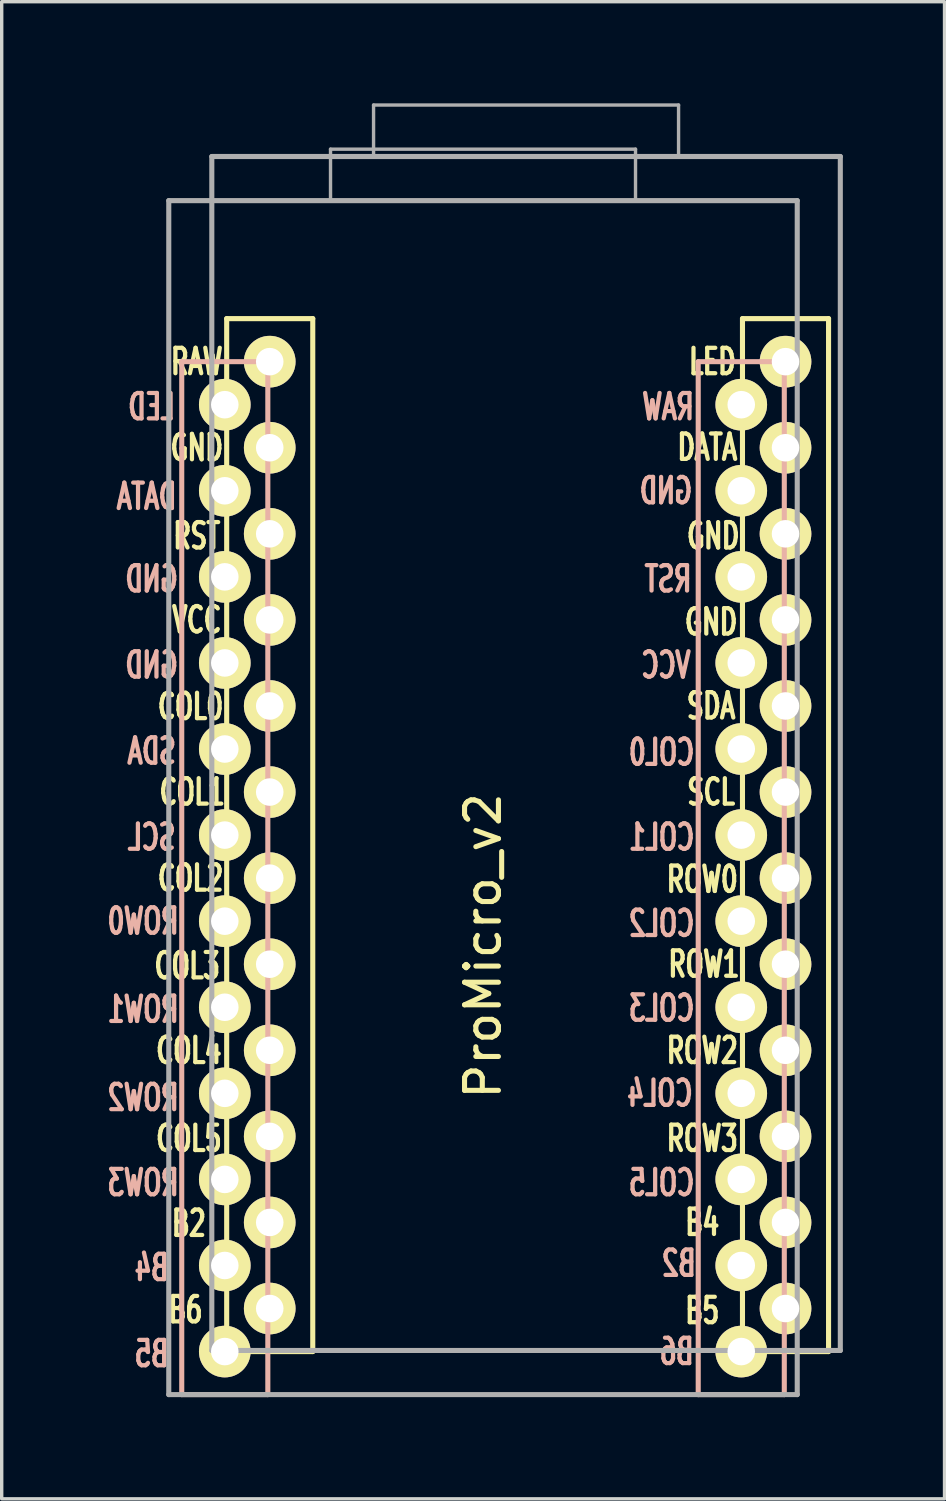
<source format=kicad_pcb>
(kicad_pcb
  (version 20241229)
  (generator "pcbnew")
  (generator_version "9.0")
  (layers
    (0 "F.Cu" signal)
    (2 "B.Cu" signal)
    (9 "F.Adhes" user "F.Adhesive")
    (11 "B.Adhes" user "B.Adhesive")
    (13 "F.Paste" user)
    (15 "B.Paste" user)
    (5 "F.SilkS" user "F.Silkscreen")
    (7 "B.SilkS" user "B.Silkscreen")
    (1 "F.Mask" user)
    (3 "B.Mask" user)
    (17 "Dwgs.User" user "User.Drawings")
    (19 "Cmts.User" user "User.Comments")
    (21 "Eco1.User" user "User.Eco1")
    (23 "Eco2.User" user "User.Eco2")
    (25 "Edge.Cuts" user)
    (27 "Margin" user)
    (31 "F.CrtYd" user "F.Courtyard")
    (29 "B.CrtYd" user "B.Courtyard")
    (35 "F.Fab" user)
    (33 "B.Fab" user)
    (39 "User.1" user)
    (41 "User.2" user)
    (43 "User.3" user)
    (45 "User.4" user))
  (footprint "ProMicro_v2"
    (layer "F.Cu")
    (at 12.473 22.1)
    (property "Reference" "ProMicro_v2" (at -1.27 2.762 270) (layer "F.SilkS") (effects (font (size 1 1) (thickness 0.15))))
    (attr through_hole)
    (fp_line (start -8.834 -15.748) (end -6.294 -15.748) (stroke (width 0.15) (type solid)) (layer "F.SilkS"))
    (fp_line (start -8.834 14.732) (end -8.834 -15.748) (stroke (width 0.15) (type solid)) (layer "F.SilkS"))
    (fp_line (start -6.294 -15.748) (end -6.294 14.732) (stroke (width 0.15) (type solid)) (layer "F.SilkS"))
    (fp_line (start -6.294 14.732) (end -8.834 14.732) (stroke (width 0.15) (type solid)) (layer "F.SilkS"))
    (fp_line (start 6.386 -15.748) (end 8.926 -15.748) (stroke (width 0.15) (type solid)) (layer "F.SilkS"))
    (fp_line (start 6.386 14.732) (end 6.386 -15.748) (stroke (width 0.15) (type solid)) (layer "F.SilkS"))
    (fp_line (start 8.926 -15.748) (end 8.926 14.732) (stroke (width 0.15) (type solid)) (layer "F.SilkS"))
    (fp_line (start 8.926 14.732) (end 6.386 14.732) (stroke (width 0.15) (type solid)) (layer "F.SilkS"))
    (fp_line (start -10.16 -14.478) (end -7.62 -14.478) (stroke (width 0.15) (type solid)) (layer "B.SilkS"))
    (fp_line (start -10.16 16.002) (end -10.16 -14.478) (stroke (width 0.15) (type solid)) (layer "B.SilkS"))
    (fp_line (start -7.62 -14.478) (end -7.62 16.002) (stroke (width 0.15) (type solid)) (layer "B.SilkS"))
    (fp_line (start -7.62 16.002) (end -10.16 16.002) (stroke (width 0.15) (type solid)) (layer "B.SilkS"))
    (fp_line (start 5.08 -14.478) (end 7.62 -14.478) (stroke (width 0.15) (type solid)) (layer "B.SilkS"))
    (fp_line (start 5.08 16.002) (end 5.08 -14.478) (stroke (width 0.15) (type solid)) (layer "B.SilkS"))
    (fp_line (start 7.62 -14.478) (end 7.62 16.002) (stroke (width 0.15) (type solid)) (layer "B.SilkS"))
    (fp_line (start 7.62 16.002) (end 5.08 16.002) (stroke (width 0.15) (type solid)) (layer "B.SilkS"))
    (fp_line (start -10.543 -19.23) (end 8.002 -19.23) (stroke (width 0.15) (type solid)) (layer "F.Fab"))
    (fp_line (start -10.543 16.002) (end -10.543 -19.23) (stroke (width 0.15) (type solid)) (layer "F.Fab"))
    (fp_line (start -9.273 -20.532) (end 9.273 -20.532) (stroke (width 0.15) (type solid)) (layer "F.Fab"))
    (fp_line (start -9.273 14.7) (end -9.273 -20.532) (stroke (width 0.15) (type solid)) (layer "F.Fab"))
    (fp_line (start -5.77 -20.748) (end -5.77 -19.248) (stroke (width 0.1) (type solid)) (layer "F.Fab"))
    (fp_line (start -5.77 -20.748) (end 3.23 -20.748) (stroke (width 0.1) (type solid)) (layer "F.Fab"))
    (fp_line (start -4.5 -22.05) (end -4.5 -20.55) (stroke (width 0.1) (type solid)) (layer "F.Fab"))
    (fp_line (start -4.5 -22.05) (end 4.5 -22.05) (stroke (width 0.1) (type solid)) (layer "F.Fab"))
    (fp_line (start 3.23 -20.748) (end 3.23 -19.248) (stroke (width 0.1) (type solid)) (layer "F.Fab"))
    (fp_line (start 4.5 -22.05) (end 4.5 -20.55) (stroke (width 0.1) (type solid)) (layer "F.Fab"))
    (fp_line (start 8.002 -19.23) (end 8.002 16.002) (stroke (width 0.15) (type solid)) (layer "F.Fab"))
    (fp_line (start 8.002 16.002) (end -10.543 16.002) (stroke (width 0.15) (type solid)) (layer "F.Fab"))
    (fp_line (start 9.273 -20.532) (end 9.273 14.7) (stroke (width 0.15) (type solid)) (layer "F.Fab"))
    (fp_line (start 9.273 14.7) (end -9.273 14.7) (stroke (width 0.15) (type solid)) (layer "F.Fab"))
    (fp_text user "B5" (at 5.2 13.525 0) (layer "F.SilkS") (effects (font (size 0.75 0.5) (thickness 0.125))))
    (fp_text user "GND" (at 5.461 -6.795 0) (layer "F.SilkS") (effects (font (size 0.75 0.5) (thickness 0.125))))
    (fp_text user "GND" (at -9.716 -11.938 0) (layer "F.SilkS") (effects (font (size 0.75 0.5) (thickness 0.125))))
    (fp_text user "ROW2" (at 5.2 5.85 0) (layer "F.SilkS") (effects (font (size 0.75 0.5) (thickness 0.125))))
    (fp_text user "COL1" (at -9.85 -1.778 0) (layer "F.SilkS") (effects (font (size 0.75 0.5) (thickness 0.125))))
    (fp_text user "SCL" (at 5.461 -1.778 0) (layer "F.SilkS") (effects (font (size 0.75 0.5) (thickness 0.125))))
    (fp_text user "GND" (at 5.524 -9.335 0) (layer "F.SilkS") (effects (font (size 0.75 0.5) (thickness 0.125))))
    (fp_text user "ROW0" (at 5.2 0.8 0) (layer "F.SilkS") (effects (font (size 0.75 0.5) (thickness 0.125))))
    (fp_text user "DATA" (at 5.35 -11.95 0) (layer "F.SilkS") (effects (font (size 0.75 0.5) (thickness 0.125))))
    (fp_text user "COL0" (at -9.9 -4.3 0) (layer "F.SilkS") (effects (font (size 0.75 0.5) (thickness 0.125))))
    (fp_text user "COL3" (at -10 3.35 0) (layer "F.SilkS") (effects (font (size 0.75 0.5) (thickness 0.125))))
    (fp_text user "COL4" (at -9.95 5.85 0) (layer "F.SilkS") (effects (font (size 0.75 0.5) (thickness 0.125))))
    (fp_text user "ROW1" (at 5.25 3.302 0) (layer "F.SilkS") (effects (font (size 0.75 0.5) (thickness 0.125))))
    (fp_text user "LED" (at 5.5 -14.478 0) (layer "F.SilkS") (effects (font (size 0.75 0.5) (thickness 0.125))))
    (fp_text user "SDA" (at 5.461 -4.318 0) (layer "F.SilkS") (effects (font (size 0.75 0.5) (thickness 0.125))))
    (fp_text user "B4" (at 5.2 10.922 0) (layer "F.SilkS") (effects (font (size 0.75 0.5) (thickness 0.125))))
    (fp_text user "" (at -0.5 -17.25 0) (layer "F.SilkS") (effects (font (size 1 1) (thickness 0.15))))
    (fp_text user "COL5" (at -9.95 8.445 0) (layer "F.SilkS") (effects (font (size 0.75 0.5) (thickness 0.125))))
    (fp_text user "COL2" (at -9.9 0.762 0) (layer "F.SilkS") (effects (font (size 0.75 0.5) (thickness 0.125))))
    (fp_text user "ROW3" (at 5.2 8.445 0) (layer "F.SilkS") (effects (font (size 0.75 0.5) (thickness 0.125))))
    (fp_text user "RAW" (at -9.716 -14.478 0) (layer "F.SilkS") (effects (font (size 0.75 0.5) (thickness 0.125))))
    (fp_text user "B6" (at -10.05 13.5 0) (layer "F.SilkS") (effects (font (size 0.75 0.5) (thickness 0.125))))
    (fp_text user "VCC" (at -9.716 -6.858 0) (layer "F.SilkS") (effects (font (size 0.75 0.5) (thickness 0.125))))
    (fp_text user "RST" (at -9.716 -9.335 0) (layer "F.SilkS") (effects (font (size 0.75 0.5) (thickness 0.125))))
    (fp_text user "B2" (at -9.95 10.95 0) (layer "F.SilkS") (effects (font (size 0.75 0.5) (thickness 0.125))))
    (fp_text user "COL0" (at 4 -2.95 0) (layer "B.SilkS") (effects (font (size 0.75 0.5) (thickness 0.125)) (justify mirror)))
    (fp_text user "ROW1" (at -11.3 4.636 0) (layer "B.SilkS") (effects (font (size 0.75 0.5) (thickness 0.125)) (justify mirror)))
    (fp_text user "VCC" (at 4.128 -5.524 0) (layer "B.SilkS") (effects (font (size 0.75 0.5) (thickness 0.125)) (justify mirror)))
    (fp_text user "COL3" (at 4 4.6 0) (layer "B.SilkS") (effects (font (size 0.75 0.5) (thickness 0.125)) (justify mirror)))
    (fp_text user "SDA" (at -11.049 -2.985 0) (layer "B.SilkS") (effects (font (size 0.75 0.5) (thickness 0.125)) (justify mirror)))
    (fp_text user "COL1" (at 4 -0.445 0) (layer "B.SilkS") (effects (font (size 0.75 0.5) (thickness 0.125)) (justify mirror)))
    (fp_text user "SCL" (at -11.049 -0.445 0) (layer "B.SilkS") (effects (font (size 0.75 0.5) (thickness 0.125)) (justify mirror)))
    (fp_text user "B4" (at -11.049 12.255 0) (layer "B.SilkS") (effects (font (size 0.75 0.5) (thickness 0.125)) (justify mirror)))
    (fp_text user "LED" (at -11.049 -13.145 0) (layer "B.SilkS") (effects (font (size 0.75 0.5) (thickness 0.125)) (justify mirror)))
    (fp_text user "RAW" (at 4.191 -13.145 0) (layer "B.SilkS") (effects (font (size 0.75 0.5) (thickness 0.125)) (justify mirror)))
    (fp_text user "ROW2" (at -11.3 7.239 0) (layer "B.SilkS") (effects (font (size 0.75 0.5) (thickness 0.125)) (justify mirror)))
    (fp_text user "RST" (at 4.191 -8.065 0) (layer "B.SilkS") (effects (font (size 0.75 0.5) (thickness 0.125)) (justify mirror)))
    (fp_text user "GND" (at 4.128 -10.668 0) (layer "B.SilkS") (effects (font (size 0.75 0.5) (thickness 0.125)) (justify mirror)))
    (fp_text user "B6" (at 4.445 14.732 0) (layer "B.SilkS") (effects (font (size 0.75 0.5) (thickness 0.125)) (justify mirror)))
    (fp_text user "GND" (at -11.049 -8.065 0) (layer "B.SilkS") (effects (font (size 0.75 0.5) (thickness 0.125)) (justify mirror)))
    (fp_text user "B5" (at -11.049 14.796 0) (layer "B.SilkS") (effects (font (size 0.75 0.5) (thickness 0.125)) (justify mirror)))
    (fp_text user "DATA" (at -11.2 -10.5 0) (layer "B.SilkS") (effects (font (size 0.75 0.5) (thickness 0.125)) (justify mirror)))
    (fp_text user "GND" (at -11.049 -5.524 0) (layer "B.SilkS") (effects (font (size 0.75 0.5) (thickness 0.125)) (justify mirror)))
    (fp_text user "COL2" (at 4 2.1 0) (layer "B.SilkS") (effects (font (size 0.75 0.5) (thickness 0.125)) (justify mirror)))
    (fp_text user "COL5" (at 4 9.75 0) (layer "B.SilkS") (effects (font (size 0.75 0.5) (thickness 0.125)) (justify mirror)))
    (fp_text user "ROW3" (at -11.3 9.75 0) (layer "B.SilkS") (effects (font (size 0.75 0.5) (thickness 0.125)) (justify mirror)))
    (fp_text user "B2" (at 4.508 12.129 0) (layer "B.SilkS") (effects (font (size 0.75 0.5) (thickness 0.125)) (justify mirror)))
    (fp_text user "COL4" (at 3.95 7.112 0) (layer "B.SilkS") (effects (font (size 0.75 0.5) (thickness 0.125)) (justify mirror)))
    (fp_text user "ROW0" (at -11.3 2.032 0) (layer "B.SilkS") (effects (font (size 0.75 0.5) (thickness 0.125)) (justify mirror)))
    (pad "1" thru_hole circle (at -8.89 -13.208) (size 1.524 1.524) (drill 0.813) (layers "*.Cu" "*.Mask" "F.SilkS"))
    (pad "1" thru_hole circle (at 7.656 -14.478) (size 1.524 1.524) (drill 0.813) (layers "*.Cu" "*.Mask" "F.SilkS"))
    (pad "2" thru_hole circle (at -8.89 -10.668) (size 1.524 1.524) (drill 0.813) (layers "*.Cu" "*.Mask" "F.SilkS"))
    (pad "2" thru_hole circle (at 7.656 -11.938) (size 1.524 1.524) (drill 0.813) (layers "*.Cu" "*.Mask" "F.SilkS"))
    (pad "3" thru_hole circle (at -8.89 -8.128) (size 1.524 1.524) (drill 0.813) (layers "*.Cu" "*.Mask" "F.SilkS"))
    (pad "3" thru_hole circle (at 7.656 -9.398) (size 1.524 1.524) (drill 0.813) (layers "*.Cu" "*.Mask" "F.SilkS"))
    (pad "4" thru_hole circle (at -8.89 -5.588) (size 1.524 1.524) (drill 0.813) (layers "*.Cu" "*.Mask" "F.SilkS"))
    (pad "4" thru_hole circle (at 7.656 -6.858) (size 1.524 1.524) (drill 0.813) (layers "*.Cu" "*.Mask" "F.SilkS"))
    (pad "5" thru_hole circle (at -8.89 -3.048) (size 1.524 1.524) (drill 0.813) (layers "*.Cu" "*.Mask" "F.SilkS"))
    (pad "5" thru_hole circle (at 7.656 -4.318) (size 1.524 1.524) (drill 0.813) (layers "*.Cu" "*.Mask" "F.SilkS"))
    (pad "6" thru_hole circle (at -8.89 -0.508) (size 1.524 1.524) (drill 0.813) (layers "*.Cu" "*.Mask" "F.SilkS"))
    (pad "6" thru_hole circle (at 7.656 -1.778) (size 1.524 1.524) (drill 0.813) (layers "*.Cu" "*.Mask" "F.SilkS"))
    (pad "7" thru_hole circle (at -8.89 2.032) (size 1.524 1.524) (drill 0.813) (layers "*.Cu" "*.Mask" "F.SilkS"))
    (pad "7" thru_hole circle (at 7.656 0.762) (size 1.524 1.524) (drill 0.813) (layers "*.Cu" "*.Mask" "F.SilkS"))
    (pad "8" thru_hole circle (at -8.89 4.572) (size 1.524 1.524) (drill 0.813) (layers "*.Cu" "*.Mask" "F.SilkS"))
    (pad "8" thru_hole circle (at 7.656 3.302) (size 1.524 1.524) (drill 0.813) (layers "*.Cu" "*.Mask" "F.SilkS"))
    (pad "9" thru_hole circle (at -8.89 7.112) (size 1.524 1.524) (drill 0.813) (layers "*.Cu" "*.Mask" "F.SilkS"))
    (pad "9" thru_hole circle (at 7.656 5.842) (size 1.524 1.524) (drill 0.813) (layers "*.Cu" "*.Mask" "F.SilkS"))
    (pad "10" thru_hole circle (at -8.89 9.652) (size 1.524 1.524) (drill 0.813) (layers "*.Cu" "*.Mask" "F.SilkS"))
    (pad "10" thru_hole circle (at 7.656 8.382) (size 1.524 1.524) (drill 0.813) (layers "*.Cu" "*.Mask" "F.SilkS"))
    (pad "11" thru_hole circle (at -8.89 12.192) (size 1.524 1.524) (drill 0.813) (layers "*.Cu" "*.Mask" "F.SilkS"))
    (pad "11" thru_hole circle (at 7.656 10.922) (size 1.524 1.524) (drill 0.813) (layers "*.Cu" "*.Mask" "F.SilkS"))
    (pad "12" thru_hole circle (at -8.89 14.732) (size 1.524 1.524) (drill 0.813) (layers "*.Cu" "*.Mask" "F.SilkS"))
    (pad "12" thru_hole circle (at 7.656 13.462) (size 1.524 1.524) (drill 0.813) (layers "*.Cu" "*.Mask" "F.SilkS"))
    (pad "13" thru_hole circle (at -7.564 13.462) (size 1.524 1.524) (drill 0.813) (layers "*.Cu" "*.Mask" "F.SilkS"))
    (pad "13" thru_hole circle (at 6.35 14.732) (size 1.524 1.524) (drill 0.813) (layers "*.Cu" "*.Mask" "F.SilkS"))
    (pad "14" thru_hole circle (at -7.564 10.922) (size 1.524 1.524) (drill 0.813) (layers "*.Cu" "*.Mask" "F.SilkS"))
    (pad "14" thru_hole circle (at 6.35 12.192) (size 1.524 1.524) (drill 0.813) (layers "*.Cu" "*.Mask" "F.SilkS"))
    (pad "15" thru_hole circle (at -7.564 8.382) (size 1.524 1.524) (drill 0.813) (layers "*.Cu" "*.Mask" "F.SilkS"))
    (pad "15" thru_hole circle (at 6.35 9.652) (size 1.524 1.524) (drill 0.813) (layers "*.Cu" "*.Mask" "F.SilkS"))
    (pad "16" thru_hole circle (at -7.564 5.842) (size 1.524 1.524) (drill 0.813) (layers "*.Cu" "*.Mask" "F.SilkS"))
    (pad "16" thru_hole circle (at 6.35 7.112) (size 1.524 1.524) (drill 0.813) (layers "*.Cu" "*.Mask" "F.SilkS"))
    (pad "17" thru_hole circle (at -7.564 3.302) (size 1.524 1.524) (drill 0.813) (layers "*.Cu" "*.Mask" "F.SilkS"))
    (pad "17" thru_hole circle (at 6.35 4.572) (size 1.524 1.524) (drill 0.813) (layers "*.Cu" "*.Mask" "F.SilkS"))
    (pad "18" thru_hole circle (at -7.564 0.762) (size 1.524 1.524) (drill 0.813) (layers "*.Cu" "*.Mask" "F.SilkS"))
    (pad "18" thru_hole circle (at 6.35 2.032) (size 1.524 1.524) (drill 0.813) (layers "*.Cu" "*.Mask" "F.SilkS"))
    (pad "19" thru_hole circle (at -7.564 -1.778) (size 1.524 1.524) (drill 0.813) (layers "*.Cu" "*.Mask" "F.SilkS"))
    (pad "19" thru_hole circle (at 6.35 -0.508) (size 1.524 1.524) (drill 0.813) (layers "*.Cu" "*.Mask" "F.SilkS"))
    (pad "20" thru_hole circle (at -7.564 -4.318) (size 1.524 1.524) (drill 0.813) (layers "*.Cu" "*.Mask" "F.SilkS"))
    (pad "20" thru_hole circle (at 6.35 -3.048) (size 1.524 1.524) (drill 0.813) (layers "*.Cu" "*.Mask" "F.SilkS"))
    (pad "21" thru_hole circle (at -7.564 -6.858) (size 1.524 1.524) (drill 0.813) (layers "*.Cu" "*.Mask" "F.SilkS"))
    (pad "21" thru_hole circle (at 6.35 -5.588) (size 1.524 1.524) (drill 0.813) (layers "*.Cu" "*.Mask" "F.SilkS"))
    (pad "22" thru_hole circle (at -7.564 -9.398) (size 1.524 1.524) (drill 0.813) (layers "*.Cu" "*.Mask" "F.SilkS"))
    (pad "22" thru_hole circle (at 6.35 -8.128) (size 1.524 1.524) (drill 0.813) (layers "*.Cu" "*.Mask" "F.SilkS"))
    (pad "23" thru_hole circle (at -7.564 -11.938) (size 1.524 1.524) (drill 0.813) (layers "*.Cu" "*.Mask" "F.SilkS"))
    (pad "23" thru_hole circle (at 6.35 -10.668) (size 1.524 1.524) (drill 0.813) (layers "*.Cu" "*.Mask" "F.SilkS"))
    (pad "24" thru_hole circle (at -7.564 -14.478) (size 1.524 1.524) (drill 0.813) (layers "*.Cu" "*.Mask" "F.SilkS"))
    (pad "24" thru_hole circle (at 6.35 -13.208) (size 1.524 1.524) (drill 0.813) (layers "*.Cu" "*.Mask" "F.SilkS")))
  (gr_rect
    (start -3 -3)
    (end 24.821 41.177)
    (stroke (width 0.1) (type default))
    (fill no)
    (layer "Edge.Cuts")))
</source>
